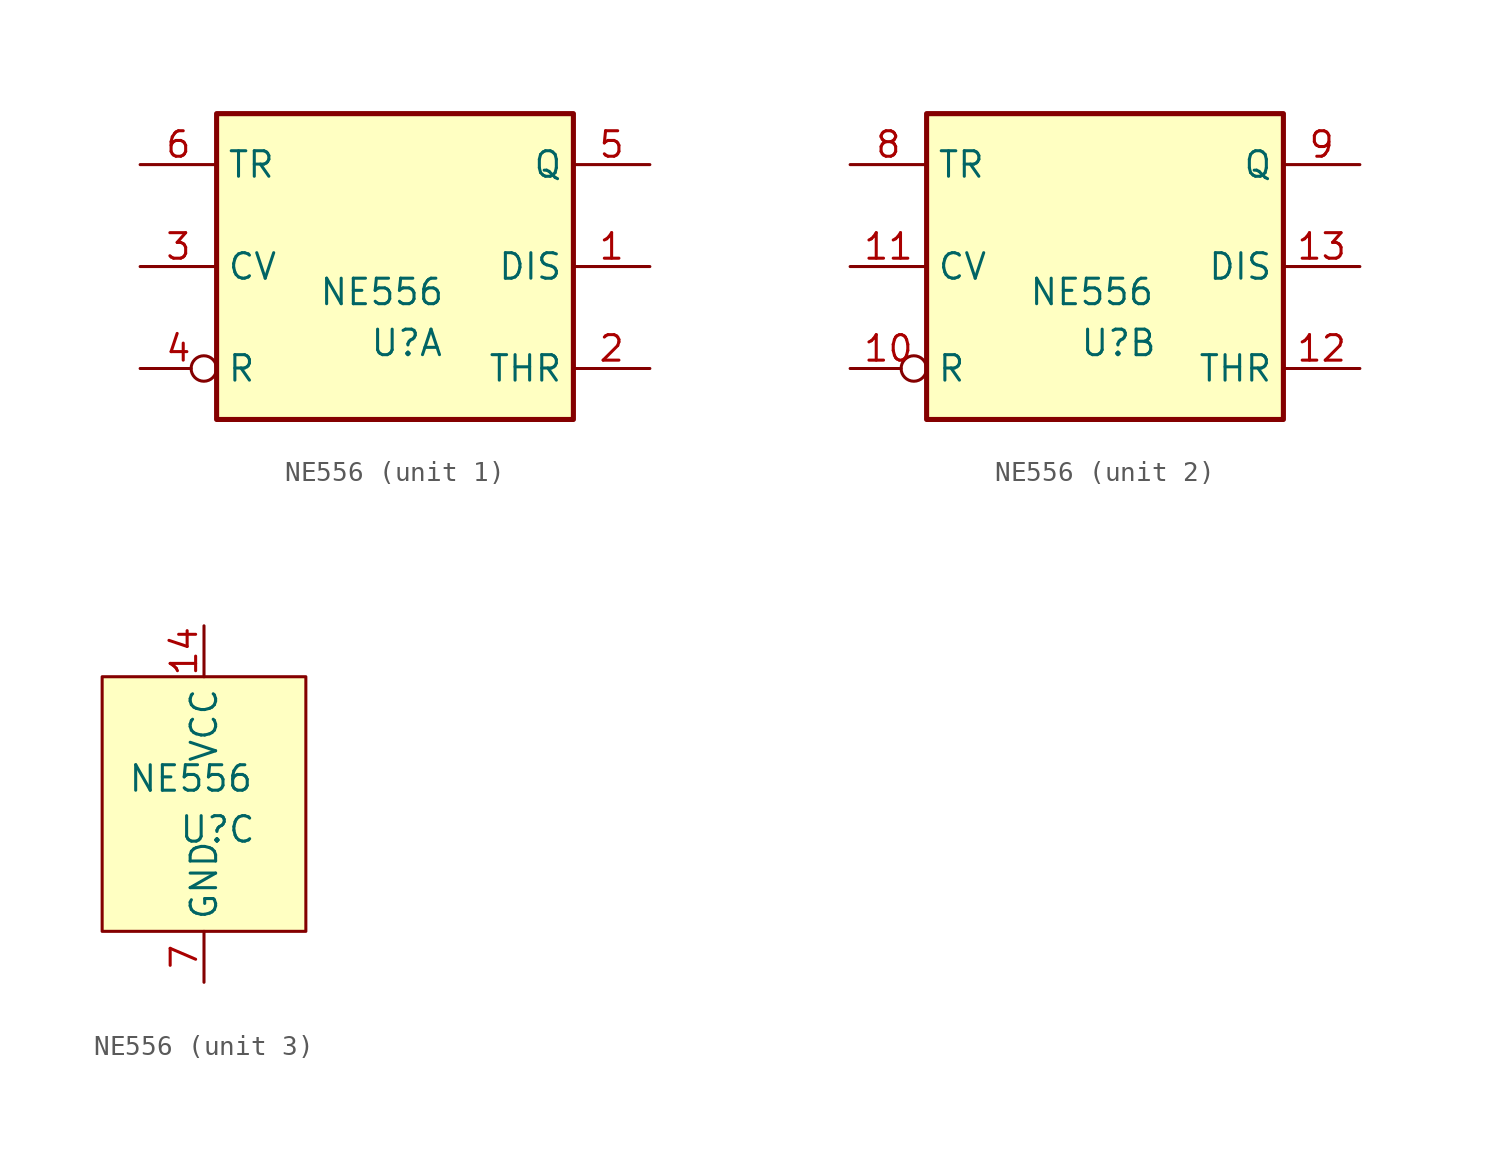
<source format=kicad_sym>
(kicad_symbol_lib
  (version 20211014)
  (generator kicad_symbol_editor)
  (symbol "NE556"
    (property "Reference" "U"
      (at -1.27 -3.81 0)
      (effects (font (size 1.27 1.27)) (justify left)))
    (property "Value" "NE556"
      (at -3.81 -1.27 0)
      (effects (font (size 1.27 1.27)) (justify left)))
    (property "ki_locked" ""
      (at 0 0 0)
      (effects (font (size 1.27 1.27))))
    (symbol "NE556_1_1"
      (rectangle (start -8.89 -7.62) (end 8.89 7.62) (stroke (width 0.254) (type default) (color 0 0 0 0)) (fill (type background)))
      (pin input line (at 12.7 0 180) (length 3.81) (name "DIS" (effects (font (size 1.27 1.27)))) (number "1" (effects (font (size 1.27 1.27)))))
      (pin input line (at 12.7 -5.08 180) (length 3.81) (name "THR" (effects (font (size 1.27 1.27)))) (number "2" (effects (font (size 1.27 1.27)))))
      (pin input line (at -12.7 0 0) (length 3.81) (name "CV" (effects (font (size 1.27 1.27)))) (number "3" (effects (font (size 1.27 1.27)))))
      (pin input inverted (at -12.7 -5.08 0) (length 3.81) (name "R" (effects (font (size 1.27 1.27)))) (number "4" (effects (font (size 1.27 1.27)))))
      (pin output line (at 12.7 5.08 180) (length 3.81) (name "Q" (effects (font (size 1.27 1.27)))) (number "5" (effects (font (size 1.27 1.27)))))
      (pin input line (at -12.7 5.08 0) (length 3.81) (name "TR" (effects (font (size 1.27 1.27)))) (number "6" (effects (font (size 1.27 1.27))))))
    (symbol "NE556_2_1"
      (rectangle (start -8.89 -7.62) (end 8.89 7.62) (stroke (width 0.254) (type default) (color 0 0 0 0)) (fill (type background)))
      (pin input inverted (at -12.7 -5.08 0) (length 3.81) (name "R" (effects (font (size 1.27 1.27)))) (number "10" (effects (font (size 1.27 1.27)))))
      (pin input line (at -12.7 0 0) (length 3.81) (name "CV" (effects (font (size 1.27 1.27)))) (number "11" (effects (font (size 1.27 1.27)))))
      (pin input line (at 12.7 -5.08 180) (length 3.81) (name "THR" (effects (font (size 1.27 1.27)))) (number "12" (effects (font (size 1.27 1.27)))))
      (pin input line (at 12.7 0 180) (length 3.81) (name "DIS" (effects (font (size 1.27 1.27)))) (number "13" (effects (font (size 1.27 1.27)))))
      (pin input line (at -12.7 5.08 0) (length 3.81) (name "TR" (effects (font (size 1.27 1.27)))) (number "8" (effects (font (size 1.27 1.27)))))
      (pin output line (at 12.7 5.08 180) (length 3.81) (name "Q" (effects (font (size 1.27 1.27)))) (number "9" (effects (font (size 1.27 1.27))))))
    (symbol "NE556_3_0"
      (pin power_in line (at 0 6.35 270) (length 2.54) (name "VCC" (effects (font (size 1.27 1.27)))) (number "14" (effects (font (size 1.27 1.27)))))
      (pin power_in line (at 0 -11.43 90) (length 2.54) (name "GND" (effects (font (size 1.27 1.27)))) (number "7" (effects (font (size 1.27 1.27))))))
    (symbol "NE556_3_1"
      (rectangle (start -5.08 3.81) (end 5.08 -8.89) (stroke (width 0.152) (type default) (color 0 0 0 0)) (fill (type background))))))
</source>
